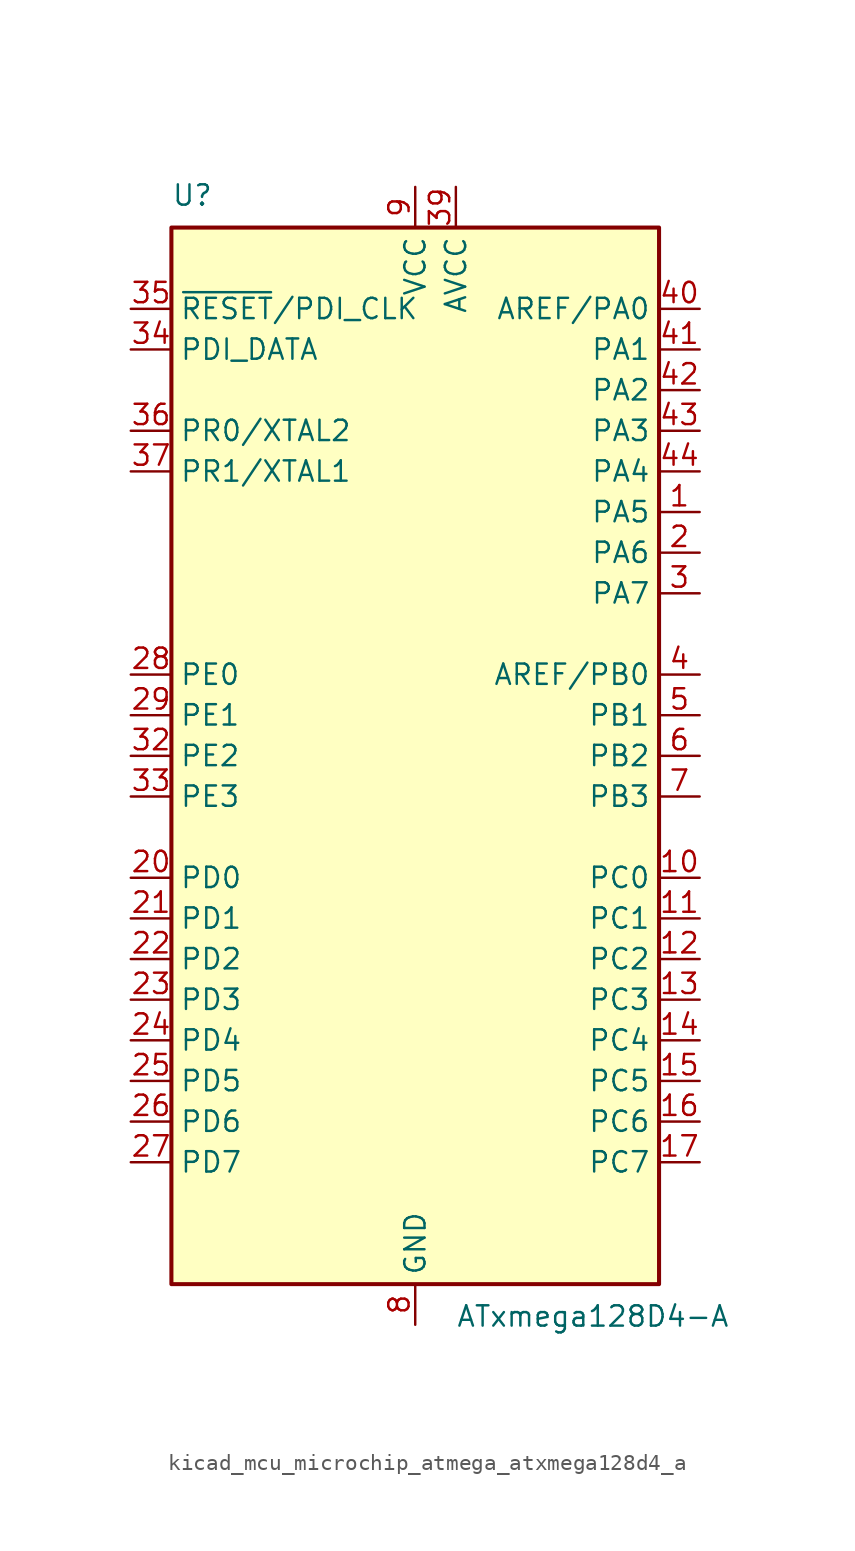
<source format=kicad_sym>
(kicad_symbol_lib
  (version 20220914)
  (generator kicad_symbol_editor)
  (symbol "kicad_mcu_microchip_atmega_atxmega128d4_a"
    (property "Reference" "U"
      (at -15.24 34.29 0)
      (effects (font (size 1.27 1.27)) (justify left bottom)))
    (property "Value" "ATxmega128D4-A"
      (at 2.54 -34.29 0)
      (effects (font (size 1.27 1.27)) (justify left top)))
    (symbol "kicad_mcu_microchip_atmega_atxmega128d4_a_0_1"
      (rectangle (start -15.24 -33.02) (end 15.24 33.02) (stroke (width 0.254) (type default)) (fill (type background))))
    (symbol "kicad_mcu_microchip_atmega_atxmega128d4_a_1_1"
      (pin bidirectional line (at 17.78 15.24 180) (length 2.54) (name "PA5" (effects (font (size 1.27 1.27)))) (number "1" (effects (font (size 1.27 1.27)))))
      (pin bidirectional line (at 17.78 -7.62 180) (length 2.54) (name "PC0" (effects (font (size 1.27 1.27)))) (number "10" (effects (font (size 1.27 1.27)))))
      (pin bidirectional line (at 17.78 -10.16 180) (length 2.54) (name "PC1" (effects (font (size 1.27 1.27)))) (number "11" (effects (font (size 1.27 1.27)))))
      (pin bidirectional line (at 17.78 -12.7 180) (length 2.54) (name "PC2" (effects (font (size 1.27 1.27)))) (number "12" (effects (font (size 1.27 1.27)))))
      (pin bidirectional line (at 17.78 -15.24 180) (length 2.54) (name "PC3" (effects (font (size 1.27 1.27)))) (number "13" (effects (font (size 1.27 1.27)))))
      (pin bidirectional line (at 17.78 -17.78 180) (length 2.54) (name "PC4" (effects (font (size 1.27 1.27)))) (number "14" (effects (font (size 1.27 1.27)))))
      (pin bidirectional line (at 17.78 -20.32 180) (length 2.54) (name "PC5" (effects (font (size 1.27 1.27)))) (number "15" (effects (font (size 1.27 1.27)))))
      (pin bidirectional line (at 17.78 -22.86 180) (length 2.54) (name "PC6" (effects (font (size 1.27 1.27)))) (number "16" (effects (font (size 1.27 1.27)))))
      (pin bidirectional line (at 17.78 -25.4 180) (length 2.54) (name "PC7" (effects (font (size 1.27 1.27)))) (number "17" (effects (font (size 1.27 1.27)))))
      (pin passive line (at 0 -35.56 90) (length 2.54) hide (name "GND" (effects (font (size 1.27 1.27)))) (number "18" (effects (font (size 1.27 1.27)))))
      (pin passive line (at 0 35.56 270) (length 2.54) hide (name "VCC" (effects (font (size 1.27 1.27)))) (number "19" (effects (font (size 1.27 1.27)))))
      (pin bidirectional line (at 17.78 12.7 180) (length 2.54) (name "PA6" (effects (font (size 1.27 1.27)))) (number "2" (effects (font (size 1.27 1.27)))))
      (pin bidirectional line (at -17.78 -7.62 0) (length 2.54) (name "PD0" (effects (font (size 1.27 1.27)))) (number "20" (effects (font (size 1.27 1.27)))))
      (pin bidirectional line (at -17.78 -10.16 0) (length 2.54) (name "PD1" (effects (font (size 1.27 1.27)))) (number "21" (effects (font (size 1.27 1.27)))))
      (pin bidirectional line (at -17.78 -12.7 0) (length 2.54) (name "PD2" (effects (font (size 1.27 1.27)))) (number "22" (effects (font (size 1.27 1.27)))))
      (pin bidirectional line (at -17.78 -15.24 0) (length 2.54) (name "PD3" (effects (font (size 1.27 1.27)))) (number "23" (effects (font (size 1.27 1.27)))))
      (pin bidirectional line (at -17.78 -17.78 0) (length 2.54) (name "PD4" (effects (font (size 1.27 1.27)))) (number "24" (effects (font (size 1.27 1.27)))))
      (pin bidirectional line (at -17.78 -20.32 0) (length 2.54) (name "PD5" (effects (font (size 1.27 1.27)))) (number "25" (effects (font (size 1.27 1.27)))))
      (pin bidirectional line (at -17.78 -22.86 0) (length 2.54) (name "PD6" (effects (font (size 1.27 1.27)))) (number "26" (effects (font (size 1.27 1.27)))))
      (pin bidirectional line (at -17.78 -25.4 0) (length 2.54) (name "PD7" (effects (font (size 1.27 1.27)))) (number "27" (effects (font (size 1.27 1.27)))))
      (pin bidirectional line (at -17.78 5.08 0) (length 2.54) (name "PE0" (effects (font (size 1.27 1.27)))) (number "28" (effects (font (size 1.27 1.27)))))
      (pin bidirectional line (at -17.78 2.54 0) (length 2.54) (name "PE1" (effects (font (size 1.27 1.27)))) (number "29" (effects (font (size 1.27 1.27)))))
      (pin bidirectional line (at 17.78 10.16 180) (length 2.54) (name "PA7" (effects (font (size 1.27 1.27)))) (number "3" (effects (font (size 1.27 1.27)))))
      (pin passive line (at 0 -35.56 90) (length 2.54) hide (name "GND" (effects (font (size 1.27 1.27)))) (number "30" (effects (font (size 1.27 1.27)))))
      (pin passive line (at 0 35.56 270) (length 2.54) hide (name "VCC" (effects (font (size 1.27 1.27)))) (number "31" (effects (font (size 1.27 1.27)))))
      (pin bidirectional line (at -17.78 0 0) (length 2.54) (name "PE2" (effects (font (size 1.27 1.27)))) (number "32" (effects (font (size 1.27 1.27)))))
      (pin bidirectional line (at -17.78 -2.54 0) (length 2.54) (name "PE3" (effects (font (size 1.27 1.27)))) (number "33" (effects (font (size 1.27 1.27)))))
      (pin bidirectional line (at -17.78 25.4 0) (length 2.54) (name "PDI_DATA" (effects (font (size 1.27 1.27)))) (number "34" (effects (font (size 1.27 1.27)))))
      (pin input line (at -17.78 27.94 0) (length 2.54) (name "~{RESET}/PDI_CLK" (effects (font (size 1.27 1.27)))) (number "35" (effects (font (size 1.27 1.27)))))
      (pin bidirectional line (at -17.78 20.32 0) (length 2.54) (name "PR0/XTAL2" (effects (font (size 1.27 1.27)))) (number "36" (effects (font (size 1.27 1.27)))))
      (pin bidirectional line (at -17.78 17.78 0) (length 2.54) (name "PR1/XTAL1" (effects (font (size 1.27 1.27)))) (number "37" (effects (font (size 1.27 1.27)))))
      (pin passive line (at 0 -35.56 90) (length 2.54) hide (name "GND" (effects (font (size 1.27 1.27)))) (number "38" (effects (font (size 1.27 1.27)))))
      (pin power_in line (at 2.54 35.56 270) (length 2.54) (name "AVCC" (effects (font (size 1.27 1.27)))) (number "39" (effects (font (size 1.27 1.27)))))
      (pin bidirectional line (at 17.78 5.08 180) (length 2.54) (name "AREF/PB0" (effects (font (size 1.27 1.27)))) (number "4" (effects (font (size 1.27 1.27)))))
      (pin bidirectional line (at 17.78 27.94 180) (length 2.54) (name "AREF/PA0" (effects (font (size 1.27 1.27)))) (number "40" (effects (font (size 1.27 1.27)))))
      (pin bidirectional line (at 17.78 25.4 180) (length 2.54) (name "PA1" (effects (font (size 1.27 1.27)))) (number "41" (effects (font (size 1.27 1.27)))))
      (pin bidirectional line (at 17.78 22.86 180) (length 2.54) (name "PA2" (effects (font (size 1.27 1.27)))) (number "42" (effects (font (size 1.27 1.27)))))
      (pin bidirectional line (at 17.78 20.32 180) (length 2.54) (name "PA3" (effects (font (size 1.27 1.27)))) (number "43" (effects (font (size 1.27 1.27)))))
      (pin bidirectional line (at 17.78 17.78 180) (length 2.54) (name "PA4" (effects (font (size 1.27 1.27)))) (number "44" (effects (font (size 1.27 1.27)))))
      (pin bidirectional line (at 17.78 2.54 180) (length 2.54) (name "PB1" (effects (font (size 1.27 1.27)))) (number "5" (effects (font (size 1.27 1.27)))))
      (pin bidirectional line (at 17.78 0 180) (length 2.54) (name "PB2" (effects (font (size 1.27 1.27)))) (number "6" (effects (font (size 1.27 1.27)))))
      (pin bidirectional line (at 17.78 -2.54 180) (length 2.54) (name "PB3" (effects (font (size 1.27 1.27)))) (number "7" (effects (font (size 1.27 1.27)))))
      (pin power_in line (at 0 -35.56 90) (length 2.54) (name "GND" (effects (font (size 1.27 1.27)))) (number "8" (effects (font (size 1.27 1.27)))))
      (pin power_in line (at 0 35.56 270) (length 2.54) (name "VCC" (effects (font (size 1.27 1.27)))) (number "9" (effects (font (size 1.27 1.27))))))))
</source>
